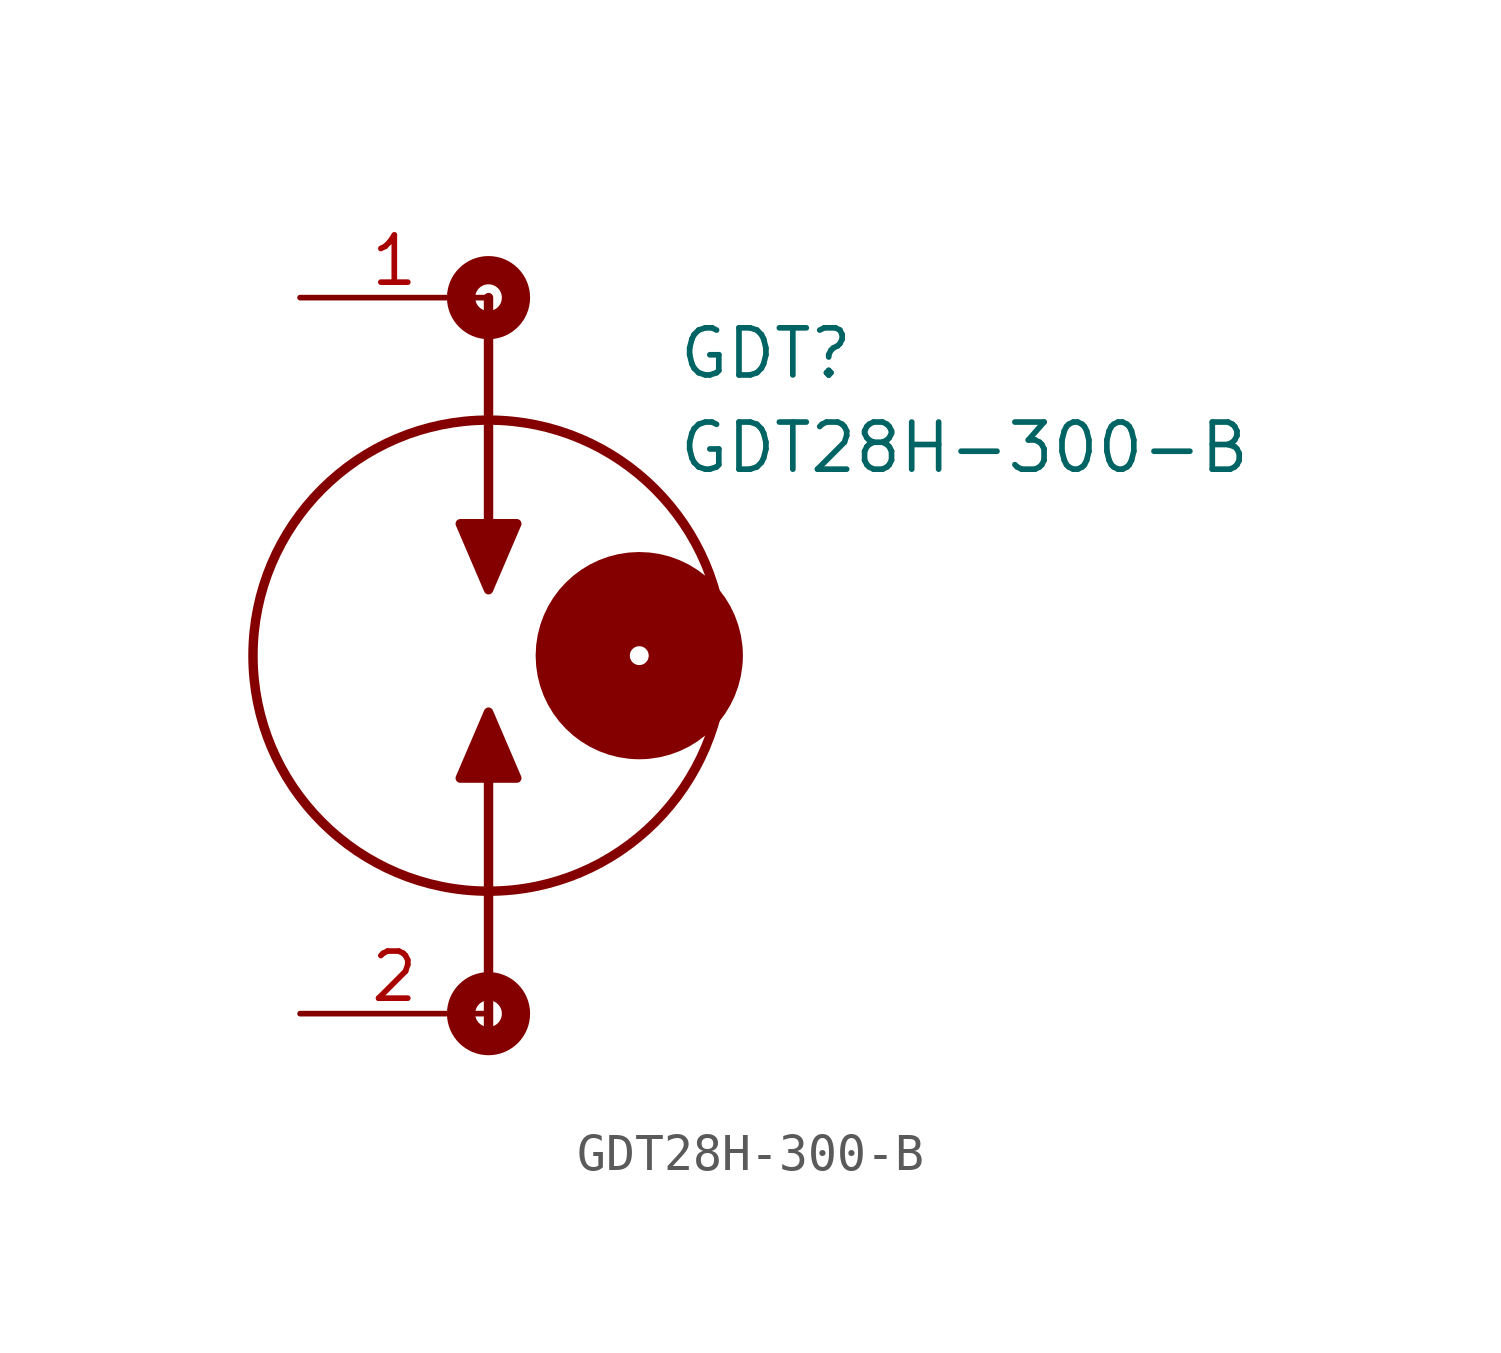
<source format=kicad_sym>
(kicad_symbol_lib
  (version 20211014)
  (generator SamacSys_ECAD_Model)
  (symbol "GDT28H-300-B"
    (pin_names hide)
    (property "Reference" "GDT"
      (at 5.08 9.144 0)
      (effects (font (size 1.27 1.27)) (justify left top)))
    (property "Value" "GDT28H-300-B"
      (at 5.08 6.604 0)
      (effects (font (size 1.27 1.27)) (justify left top)))
    (polyline
      (pts (xy 0 9.906) (xy 0 3.81))
      (stroke (width 0.254) (type default))
      (fill (type none)))
    (polyline
      (pts (xy 0 -9.906) (xy 0 -3.048))
      (stroke (width 0.254) (type default))
      (fill (type none)))
    (circle
      (center 0 0.254)
      (radius 6.35)
      (stroke (width 0.254) (type default))
      (fill (type none)))
    (circle
      (center 4.064 0.254)
      (radius 0.254)
      (stroke (width 2.54) (type default))
      (fill (type none)))
    (circle
      (center 0 9.906)
      (radius 0.359)
      (stroke (width 0.762) (type default))
      (fill (type none)))
    (circle
      (center 0 -9.398)
      (radius 0.359)
      (stroke (width 0.762) (type default))
      (fill (type none)))
    (polyline
      (pts (xy -0.762 3.81) (xy 0.762 3.81) (xy 0 2.032) (xy -0.762 3.81))
      (stroke (width 0.254) (type default))
      (fill (type outline)))
    (polyline
      (pts (xy -0.762 -3.048) (xy 0.762 -3.048) (xy 0 -1.27) (xy -0.762 -3.048))
      (stroke (width 0.254) (type default))
      (fill (type outline)))
    (pin passive line
      (at -5.08 9.906 0)
      (length 5.08)
      (name "1" (effects (font (size 1.27 1.27))))
      (number "1" (effects (font (size 1.27 1.27)))))
    (pin passive line
      (at -5.08 -9.398 0)
      (length 5.08)
      (name "2" (effects (font (size 1.27 1.27))))
      (number "2" (effects (font (size 1.27 1.27)))))))
</source>
